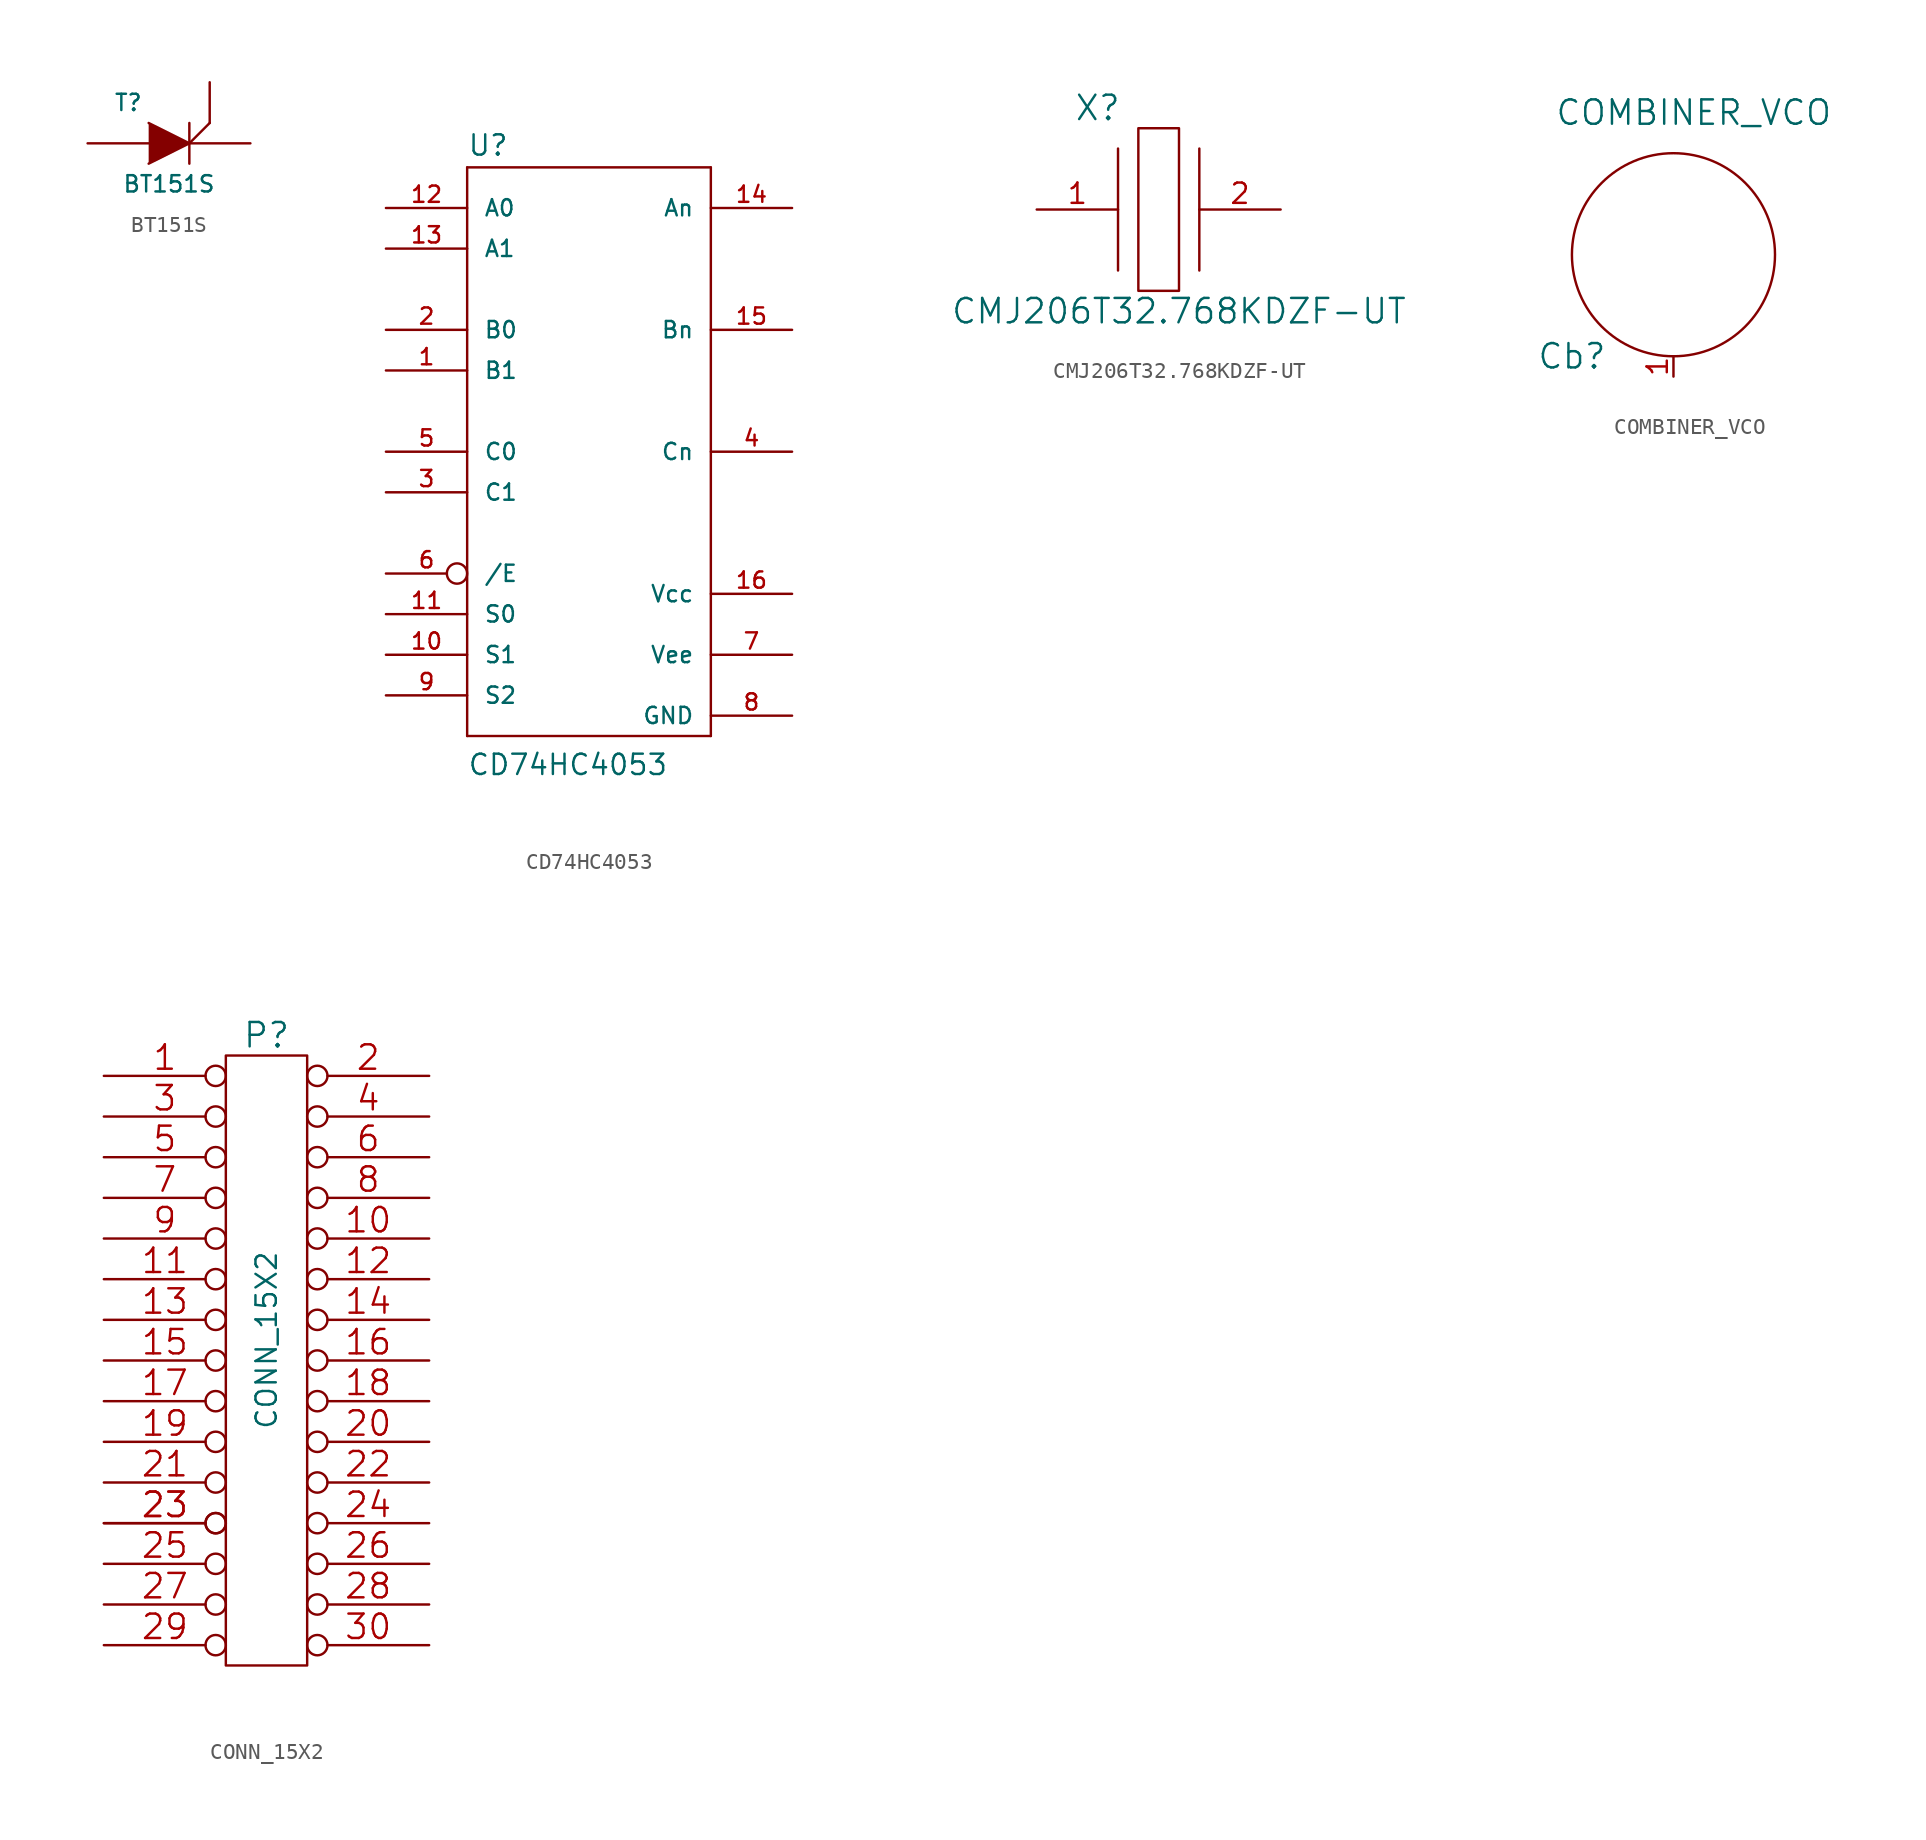
<source format=kicad_sym>
(kicad_symbol_lib
  (version 20211014)
  (generator kicad_symbol_editor)
  (symbol "BT151S"
    (pin_numbers hide)
    (pin_names
      (offset 1.016) hide)
    (property "Reference" "T"
      (at -2.54 2.54 0)
      (effects (font (size 1.016 1.016))))
    (property "Value" "BT151S"
      (at 0 -2.54 0)
      (effects (font (size 1.016 1.016))))
    (property "Footprint" ""
      (at 0 0 0)
      (effects (font (size 1.524 1.524))))
    (property "Datasheet" ""
      (at 0 0 0)
      (effects (font (size 1.524 1.524))))
    (symbol "BT151S_0_1"
      (polyline (pts (xy 1.27 1.27) (xy 1.27 -1.27)) (stroke (width 0) (type default) (color 0 0 0 0)) (fill (type none)))
      (polyline (pts (xy -1.27 1.27) (xy 1.27 0) (xy -1.27 -1.27)) (stroke (width 0) (type default) (color 0 0 0 0)) (fill (type outline)))
      (polyline (pts (xy 1.27 0) (xy 2.54 1.27) (xy 2.54 1.27) (xy 2.54 1.27)) (stroke (width 0) (type default) (color 0 0 0 0)) (fill (type none))))
    (symbol "BT151S_1_1"
      (pin passive line (at 5.08 0 180) (length 3.81) (name "K" (effects (font (size 1.016 1.016)))) (number "1" (effects (font (size 1.016 1.016)))))
      (pin passive line (at -5.08 0 0) (length 3.81) (name "A" (effects (font (size 1.016 1.016)))) (number "2" (effects (font (size 1.016 1.016)))))
      (pin passive line (at 2.54 3.81 270) (length 2.54) (name "G" (effects (font (size 1.016 1.016)))) (number "3" (effects (font (size 1.016 1.016)))))))
  (symbol "CD74HC4053"
    (pin_names
      (offset 1.016))
    (property "Reference" "U"
      (at -7.62 18.415 0)
      (effects (font (size 1.27 1.27)) (justify left bottom)))
    (property "Value" "CD74HC4053"
      (at -7.62 -20.32 0)
      (effects (font (size 1.27 1.27)) (justify left bottom)))
    (property "Datasheet" ""
      (at 0 0 0)
      (effects (font (size 1.524 1.524))))
    (symbol "CD74HC4053_1_0"
      (polyline (pts (xy -7.62 -17.78) (xy 7.62 -17.78)) (stroke (width 0) (type default) (color 0 0 0 0)) (fill (type none)))
      (polyline (pts (xy -7.62 17.78) (xy -7.62 -17.78)) (stroke (width 0) (type default) (color 0 0 0 0)) (fill (type none)))
      (polyline (pts (xy 7.62 -17.78) (xy 7.62 17.78)) (stroke (width 0) (type default) (color 0 0 0 0)) (fill (type none)))
      (polyline (pts (xy 7.62 17.78) (xy -7.62 17.78)) (stroke (width 0) (type default) (color 0 0 0 0)) (fill (type none))))
    (symbol "CD74HC4053_1_1"
      (pin bidirectional line (at -12.7 5.08 0) (length 5.08) (name "B1" (effects (font (size 1.016 1.016)))) (number "1" (effects (font (size 1.016 1.016)))))
      (pin input line (at -12.7 -12.7 0) (length 5.08) (name "S1" (effects (font (size 1.016 1.016)))) (number "10" (effects (font (size 1.016 1.016)))))
      (pin input line (at -12.7 -10.16 0) (length 5.08) (name "S0" (effects (font (size 1.016 1.016)))) (number "11" (effects (font (size 1.016 1.016)))))
      (pin bidirectional line (at -12.7 15.24 0) (length 5.08) (name "A0" (effects (font (size 1.016 1.016)))) (number "12" (effects (font (size 1.016 1.016)))))
      (pin bidirectional line (at -12.7 12.7 0) (length 5.08) (name "A1" (effects (font (size 1.016 1.016)))) (number "13" (effects (font (size 1.016 1.016)))))
      (pin bidirectional line (at 12.7 15.24 180) (length 5.08) (name "An" (effects (font (size 1.016 1.016)))) (number "14" (effects (font (size 1.016 1.016)))))
      (pin bidirectional line (at 12.7 7.62 180) (length 5.08) (name "Bn" (effects (font (size 1.016 1.016)))) (number "15" (effects (font (size 1.016 1.016)))))
      (pin power_in line (at 12.7 -8.89 180) (length 5.08) (name "Vcc" (effects (font (size 1.016 1.016)))) (number "16" (effects (font (size 1.016 1.016)))))
      (pin bidirectional line (at -12.7 7.62 0) (length 5.08) (name "B0" (effects (font (size 1.016 1.016)))) (number "2" (effects (font (size 1.016 1.016)))))
      (pin bidirectional line (at -12.7 -2.54 0) (length 5.08) (name "C1" (effects (font (size 1.016 1.016)))) (number "3" (effects (font (size 1.016 1.016)))))
      (pin bidirectional line (at 12.7 0 180) (length 5.08) (name "Cn" (effects (font (size 1.016 1.016)))) (number "4" (effects (font (size 1.016 1.016)))))
      (pin bidirectional line (at -12.7 0 0) (length 5.08) (name "C0" (effects (font (size 1.016 1.016)))) (number "5" (effects (font (size 1.016 1.016)))))
      (pin input inverted (at -12.7 -7.62 0) (length 5.08) (name "/E" (effects (font (size 1.016 1.016)))) (number "6" (effects (font (size 1.016 1.016)))))
      (pin power_in line (at 12.7 -12.7 180) (length 5.08) (name "Vee" (effects (font (size 1.016 1.016)))) (number "7" (effects (font (size 1.016 1.016)))))
      (pin power_in line (at 12.7 -16.51 180) (length 5.08) (name "GND" (effects (font (size 1.016 1.016)))) (number "8" (effects (font (size 1.016 1.016)))))
      (pin input line (at -12.7 -15.24 0) (length 5.08) (name "S2" (effects (font (size 1.016 1.016)))) (number "9" (effects (font (size 1.016 1.016)))))))
  (symbol "CMJ206T32.768KDZF-UT"
    (pin_names
      (offset 1.016) hide)
    (property "Reference" "X"
      (at -3.81 6.35 0)
      (effects (font (size 1.524 1.524))))
    (property "Value" "CMJ206T32.768KDZF-UT"
      (at 1.27 -6.35 0)
      (effects (font (size 1.524 1.524))))
    (property "Footprint" ""
      (at 0 0 0)
      (effects (font (size 1.524 1.524))))
    (property "Datasheet" ""
      (at 0 0 0)
      (effects (font (size 1.524 1.524))))
    (symbol "CMJ206T32.768KDZF-UT_0_1"
      (rectangle (start -1.27 5.08) (end 1.27 -5.08) (stroke (width 0) (type default) (color 0 0 0 0)) (fill (type none)))
      (polyline (pts (xy -2.54 3.81) (xy -2.54 -3.81)) (stroke (width 0) (type default) (color 0 0 0 0)) (fill (type none)))
      (polyline (pts (xy 2.54 3.81) (xy 2.54 -3.81)) (stroke (width 0) (type default) (color 0 0 0 0)) (fill (type none))))
    (symbol "CMJ206T32.768KDZF-UT_1_1"
      (pin bidirectional line (at -7.62 0 0) (length 5.08) (name "1" (effects (font (size 1.27 1.27)))) (number "1" (effects (font (size 1.27 1.27)))))
      (pin bidirectional line (at 7.62 0 180) (length 5.08) (name "2" (effects (font (size 1.27 1.27)))) (number "2" (effects (font (size 1.27 1.27)))))))
  (symbol "COMBINER_VCO"
    (pin_names
      (offset 1.016))
    (property "Reference" "Cb"
      (at -6.35 -6.35 0)
      (effects (font (size 1.524 1.524))))
    (property "Value" "COMBINER_VCO"
      (at 1.27 8.89 0)
      (effects (font (size 1.524 1.524))))
    (property "Footprint" ""
      (at 0 0 0)
      (effects (font (size 1.524 1.524))))
    (property "Datasheet" ""
      (at 0 0 0)
      (effects (font (size 1.524 1.524))))
    (symbol "COMBINER_VCO_0_1"
      (circle (center 0 0) (radius 6.35) (stroke (width 0) (type default) (color 0 0 0 0)) (fill (type none))))
    (symbol "COMBINER_VCO_1_1"
      (pin bidirectional line (at 0 -7.62 90) (length 1.27) (name "~" (effects (font (size 1.27 1.27)))) (number "1" (effects (font (size 1.27 1.27)))))))
  (symbol "CONN_15X2"
    (pin_names
      (offset 0.254) hide)
    (property "Reference" "P"
      (at 0 49.53 0)
      (effects (font (size 1.524 1.524))))
    (property "Value" "CONN_15X2"
      (at 0 30.48 90)
      (effects (font (size 1.27 1.27))))
    (property "Footprint" ""
      (at 0 10.16 0)
      (effects (font (size 1.524 1.524))))
    (property "Datasheet" ""
      (at 0 10.16 0)
      (effects (font (size 1.524 1.524))))
    (symbol "CONN_15X2_0_1"
      (rectangle (start -2.54 48.26) (end 2.54 10.16) (stroke (width 0) (type default) (color 0 0 0 0)) (fill (type none))))
    (symbol "CONN_15X2_1_1"
      (pin passive inverted (at -10.16 46.99 0) (length 7.62) (name "P1" (effects (font (size 0.762 0.762)))) (number "1" (effects (font (size 1.524 1.524)))))
      (pin passive inverted (at 10.16 36.83 180) (length 7.62) (name "P10" (effects (font (size 0.762 0.762)))) (number "10" (effects (font (size 1.524 1.524)))))
      (pin passive inverted (at -10.16 34.29 0) (length 7.62) (name "P11" (effects (font (size 0.762 0.762)))) (number "11" (effects (font (size 1.524 1.524)))))
      (pin passive inverted (at 10.16 34.29 180) (length 7.62) (name "P12" (effects (font (size 0.762 0.762)))) (number "12" (effects (font (size 1.524 1.524)))))
      (pin passive inverted (at -10.16 31.75 0) (length 7.62) (name "P13" (effects (font (size 0.762 0.762)))) (number "13" (effects (font (size 1.524 1.524)))))
      (pin passive inverted (at 10.16 31.75 180) (length 7.62) (name "P14" (effects (font (size 0.762 0.762)))) (number "14" (effects (font (size 1.524 1.524)))))
      (pin passive inverted (at -10.16 29.21 0) (length 7.62) (name "P15" (effects (font (size 0.762 0.762)))) (number "15" (effects (font (size 1.524 1.524)))))
      (pin passive inverted (at 10.16 29.21 180) (length 7.62) (name "P16" (effects (font (size 0.762 0.762)))) (number "16" (effects (font (size 1.524 1.524)))))
      (pin passive inverted (at -10.16 26.67 0) (length 7.62) (name "P17" (effects (font (size 0.762 0.762)))) (number "17" (effects (font (size 1.524 1.524)))))
      (pin passive inverted (at 10.16 26.67 180) (length 7.62) (name "P18" (effects (font (size 0.762 0.762)))) (number "18" (effects (font (size 1.524 1.524)))))
      (pin passive inverted (at -10.16 24.13 0) (length 7.62) (name "P19" (effects (font (size 0.762 0.762)))) (number "19" (effects (font (size 1.524 1.524)))))
      (pin passive inverted (at 10.16 46.99 180) (length 7.62) (name "P2" (effects (font (size 0.762 0.762)))) (number "2" (effects (font (size 1.524 1.524)))))
      (pin passive inverted (at 10.16 24.13 180) (length 7.62) (name "P20" (effects (font (size 0.762 0.762)))) (number "20" (effects (font (size 1.524 1.524)))))
      (pin passive inverted (at -10.16 21.59 0) (length 7.62) (name "P21" (effects (font (size 0.762 0.762)))) (number "21" (effects (font (size 1.524 1.524)))))
      (pin passive inverted (at 10.16 21.59 180) (length 7.62) (name "P22" (effects (font (size 0.762 0.762)))) (number "22" (effects (font (size 1.524 1.524)))))
      (pin passive inverted (at -10.16 19.05 0) (length 7.62) (name "P23" (effects (font (size 0.762 0.762)))) (number "23" (effects (font (size 1.524 1.524)))))
      (pin passive inverted (at -10.16 19.05 0) (length 7.62) (name "P23" (effects (font (size 0.762 0.762)))) (number "23" (effects (font (size 1.524 1.524)))))
      (pin passive inverted (at 10.16 19.05 180) (length 7.62) (name "P24" (effects (font (size 0.762 0.762)))) (number "24" (effects (font (size 1.524 1.524)))))
      (pin passive inverted (at -10.16 16.51 0) (length 7.62) (name "~" (effects (font (size 0.762 0.762)))) (number "25" (effects (font (size 1.524 1.524)))))
      (pin passive inverted (at 10.16 16.51 180) (length 7.62) (name "P26" (effects (font (size 0.762 0.762)))) (number "26" (effects (font (size 1.524 1.524)))))
      (pin passive inverted (at -10.16 13.97 0) (length 7.62) (name "P27" (effects (font (size 0.762 0.762)))) (number "27" (effects (font (size 1.524 1.524)))))
      (pin passive inverted (at 10.16 13.97 180) (length 7.62) (name "P28" (effects (font (size 0.762 0.762)))) (number "28" (effects (font (size 1.524 1.524)))))
      (pin passive inverted (at -10.16 11.43 0) (length 7.62) (name "P29" (effects (font (size 0.762 0.762)))) (number "29" (effects (font (size 1.524 1.524)))))
      (pin passive inverted (at -10.16 44.45 0) (length 7.62) (name "P3" (effects (font (size 0.762 0.762)))) (number "3" (effects (font (size 1.524 1.524)))))
      (pin passive inverted (at 10.16 11.43 180) (length 7.62) (name "P30" (effects (font (size 0.762 0.762)))) (number "30" (effects (font (size 1.524 1.524)))))
      (pin passive inverted (at 10.16 44.45 180) (length 7.62) (name "P4" (effects (font (size 0.762 0.762)))) (number "4" (effects (font (size 1.524 1.524)))))
      (pin passive inverted (at -10.16 41.91 0) (length 7.62) (name "P5" (effects (font (size 0.762 0.762)))) (number "5" (effects (font (size 1.524 1.524)))))
      (pin passive inverted (at 10.16 41.91 180) (length 7.62) (name "P6" (effects (font (size 0.762 0.762)))) (number "6" (effects (font (size 1.524 1.524)))))
      (pin passive inverted (at -10.16 39.37 0) (length 7.62) (name "P7" (effects (font (size 0.762 0.762)))) (number "7" (effects (font (size 1.524 1.524)))))
      (pin passive inverted (at 10.16 39.37 180) (length 7.62) (name "P8" (effects (font (size 0.762 0.762)))) (number "8" (effects (font (size 1.524 1.524)))))
      (pin passive inverted (at -10.16 36.83 0) (length 7.62) (name "P9" (effects (font (size 0.762 0.762)))) (number "9" (effects (font (size 1.524 1.524))))))))
</source>
